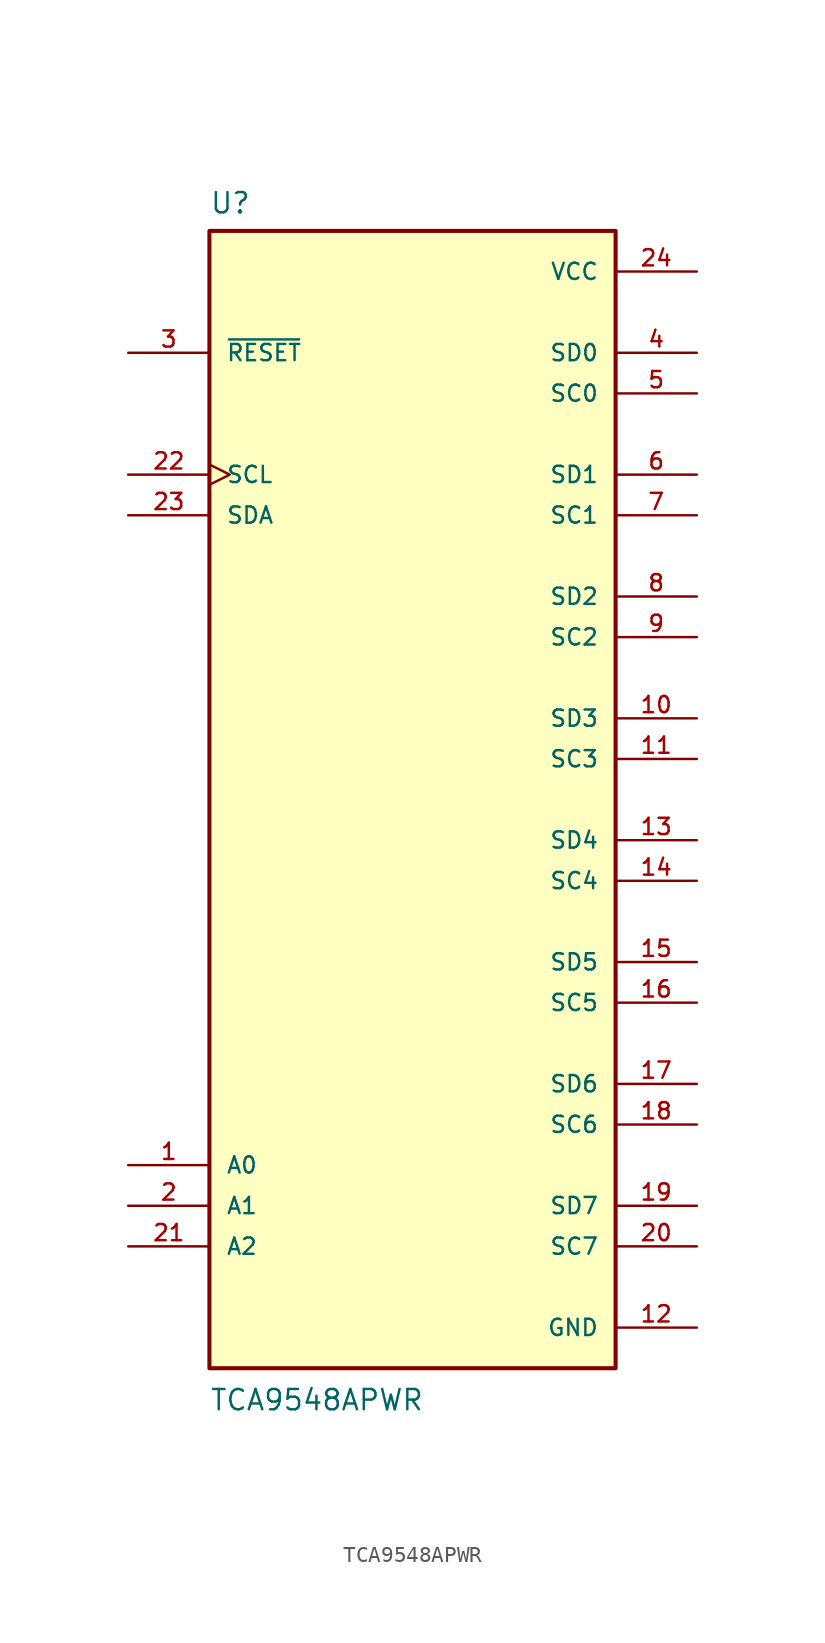
<source format=kicad_sym>
(kicad_symbol_lib
  (version 20241209)
  (generator "kicad_symbol_editor")
  (generator_version "9.0")
  (symbol "TCA9548APWR"
    (pin_names
      (offset 1.016))
    (property "Reference" "U"
      (at -12.7 36.56 0)
      (effects (font (size 1.27 1.27)) (justify left bottom)))
    (property "Value" "TCA9548APWR"
      (at -12.7 -38.29 0)
      (effects (font (size 1.27 1.27)) (justify left bottom)))
    (symbol "TCA9548APWR_0_0"
      (rectangle (start -12.7 -35.56) (end 12.7 35.56) (stroke (width 0.254) (type default)) (fill (type background)))
      (pin input line (at -17.78 27.94 0) (length 5.08) (name "~{RESET}" (effects (font (size 1.016 1.016)))) (number "3" (effects (font (size 1.016 1.016)))))
      (pin input clock (at -17.78 20.32 0) (length 5.08) (name "SCL" (effects (font (size 1.016 1.016)))) (number "22" (effects (font (size 1.016 1.016)))))
      (pin bidirectional line (at -17.78 17.78 0) (length 5.08) (name "SDA" (effects (font (size 1.016 1.016)))) (number "23" (effects (font (size 1.016 1.016)))))
      (pin input line (at -17.78 -22.86 0) (length 5.08) (name "A0" (effects (font (size 1.016 1.016)))) (number "1" (effects (font (size 1.016 1.016)))))
      (pin input line (at -17.78 -25.4 0) (length 5.08) (name "A1" (effects (font (size 1.016 1.016)))) (number "2" (effects (font (size 1.016 1.016)))))
      (pin input line (at -17.78 -27.94 0) (length 5.08) (name "A2" (effects (font (size 1.016 1.016)))) (number "21" (effects (font (size 1.016 1.016)))))
      (pin power_in line (at 17.78 33.02 180) (length 5.08) (name "VCC" (effects (font (size 1.016 1.016)))) (number "24" (effects (font (size 1.016 1.016)))))
      (pin bidirectional line (at 17.78 27.94 180) (length 5.08) (name "SD0" (effects (font (size 1.016 1.016)))) (number "4" (effects (font (size 1.016 1.016)))))
      (pin bidirectional line (at 17.78 25.4 180) (length 5.08) (name "SC0" (effects (font (size 1.016 1.016)))) (number "5" (effects (font (size 1.016 1.016)))))
      (pin bidirectional line (at 17.78 20.32 180) (length 5.08) (name "SD1" (effects (font (size 1.016 1.016)))) (number "6" (effects (font (size 1.016 1.016)))))
      (pin bidirectional line (at 17.78 17.78 180) (length 5.08) (name "SC1" (effects (font (size 1.016 1.016)))) (number "7" (effects (font (size 1.016 1.016)))))
      (pin bidirectional line (at 17.78 12.7 180) (length 5.08) (name "SD2" (effects (font (size 1.016 1.016)))) (number "8" (effects (font (size 1.016 1.016)))))
      (pin bidirectional line (at 17.78 10.16 180) (length 5.08) (name "SC2" (effects (font (size 1.016 1.016)))) (number "9" (effects (font (size 1.016 1.016)))))
      (pin bidirectional line (at 17.78 5.08 180) (length 5.08) (name "SD3" (effects (font (size 1.016 1.016)))) (number "10" (effects (font (size 1.016 1.016)))))
      (pin bidirectional line (at 17.78 2.54 180) (length 5.08) (name "SC3" (effects (font (size 1.016 1.016)))) (number "11" (effects (font (size 1.016 1.016)))))
      (pin bidirectional line (at 17.78 -2.54 180) (length 5.08) (name "SD4" (effects (font (size 1.016 1.016)))) (number "13" (effects (font (size 1.016 1.016)))))
      (pin bidirectional line (at 17.78 -5.08 180) (length 5.08) (name "SC4" (effects (font (size 1.016 1.016)))) (number "14" (effects (font (size 1.016 1.016)))))
      (pin bidirectional line (at 17.78 -10.16 180) (length 5.08) (name "SD5" (effects (font (size 1.016 1.016)))) (number "15" (effects (font (size 1.016 1.016)))))
      (pin bidirectional line (at 17.78 -12.7 180) (length 5.08) (name "SC5" (effects (font (size 1.016 1.016)))) (number "16" (effects (font (size 1.016 1.016)))))
      (pin bidirectional line (at 17.78 -17.78 180) (length 5.08) (name "SD6" (effects (font (size 1.016 1.016)))) (number "17" (effects (font (size 1.016 1.016)))))
      (pin bidirectional line (at 17.78 -20.32 180) (length 5.08) (name "SC6" (effects (font (size 1.016 1.016)))) (number "18" (effects (font (size 1.016 1.016)))))
      (pin bidirectional line (at 17.78 -25.4 180) (length 5.08) (name "SD7" (effects (font (size 1.016 1.016)))) (number "19" (effects (font (size 1.016 1.016)))))
      (pin bidirectional line (at 17.78 -27.94 180) (length 5.08) (name "SC7" (effects (font (size 1.016 1.016)))) (number "20" (effects (font (size 1.016 1.016)))))
      (pin power_in line (at 17.78 -33.02 180) (length 5.08) (name "GND" (effects (font (size 1.016 1.016)))) (number "12" (effects (font (size 1.016 1.016))))))))
</source>
